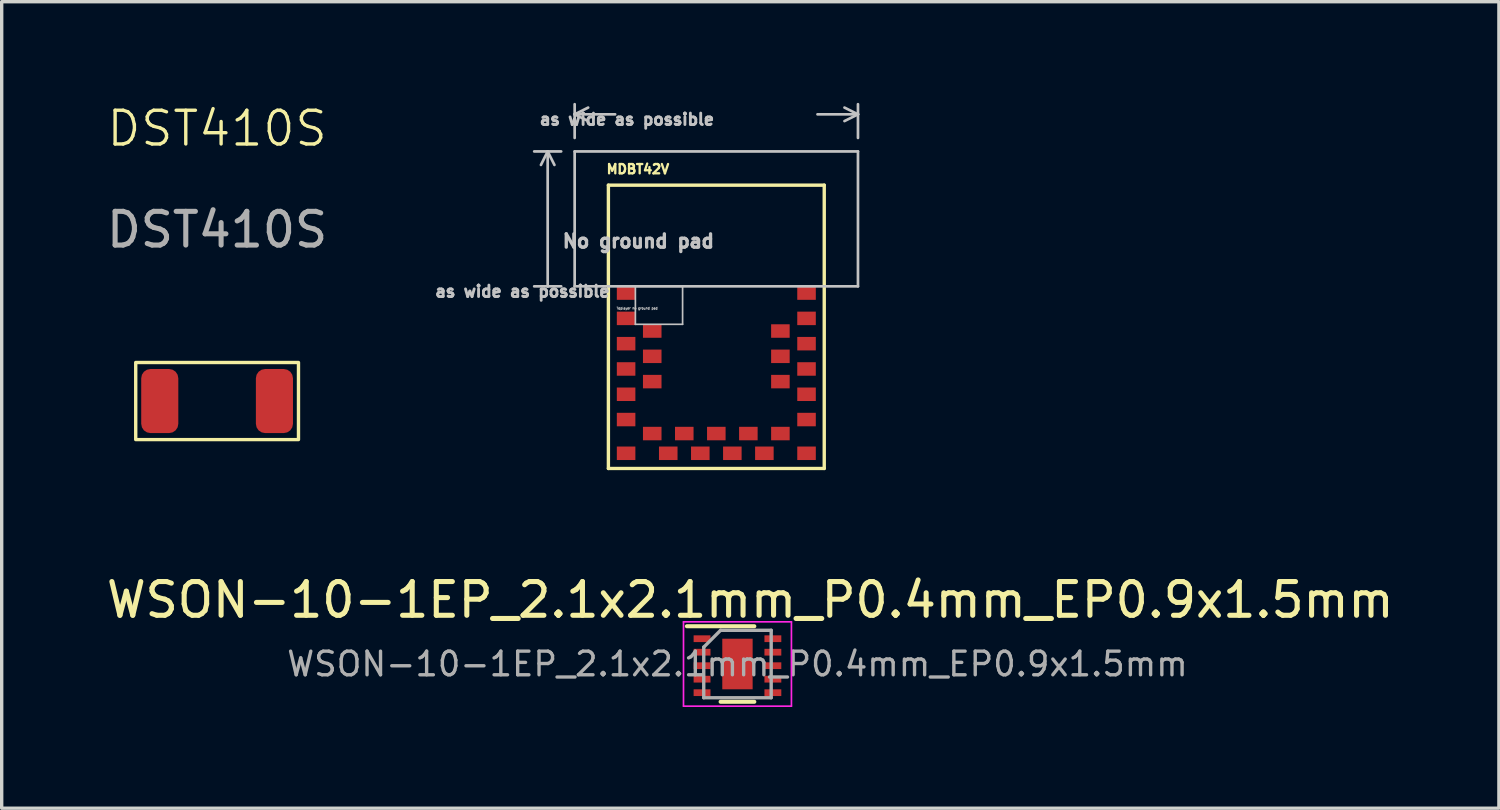
<source format=kicad_pcb>
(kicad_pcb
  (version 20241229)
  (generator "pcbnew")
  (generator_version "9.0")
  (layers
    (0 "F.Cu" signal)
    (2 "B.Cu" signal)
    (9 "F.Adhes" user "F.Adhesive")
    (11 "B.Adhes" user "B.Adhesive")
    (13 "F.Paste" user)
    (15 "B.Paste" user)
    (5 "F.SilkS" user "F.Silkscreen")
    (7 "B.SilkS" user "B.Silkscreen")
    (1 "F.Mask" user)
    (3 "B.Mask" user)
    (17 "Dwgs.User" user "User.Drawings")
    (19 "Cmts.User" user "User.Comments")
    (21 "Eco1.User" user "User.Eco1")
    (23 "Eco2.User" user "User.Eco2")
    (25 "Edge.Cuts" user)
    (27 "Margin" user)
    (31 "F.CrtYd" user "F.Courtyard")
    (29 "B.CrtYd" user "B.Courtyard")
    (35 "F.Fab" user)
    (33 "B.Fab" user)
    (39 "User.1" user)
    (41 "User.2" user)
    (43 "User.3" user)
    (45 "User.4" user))
  (footprint "MDBT42V"
    (layer "F.Cu")
    (at 18.189 6.64)
    (property "Reference" "MDBT42V" (at -2.325 -4.675 0) (layer "F.SilkS") (effects (font (size 0.276 0.276) (thickness 0.15))))
    (attr smd)
    (fp_line (start -3.2 -4.2) (end 3.2 -4.2) (stroke (width 0.1) (type solid)) (layer "F.SilkS"))
    (fp_line (start -3.2 4.2) (end -3.2 -4.2) (stroke (width 0.1) (type solid)) (layer "F.SilkS"))
    (fp_line (start -3.2 4.2) (end 3.2 4.2) (stroke (width 0.1) (type solid)) (layer "F.SilkS"))
    (fp_line (start 3.2 4.2) (end 3.2 -4.2) (stroke (width 0.1) (type solid)) (layer "F.SilkS"))
    (fp_line (start -5.2 -4.8) (end -5 -5.2) (stroke (width 0.08) (type solid)) (layer "Dwgs.User"))
    (fp_line (start -5 -5.2) (end -5.4 -5.2) (stroke (width 0.08) (type solid)) (layer "Dwgs.User"))
    (fp_line (start -5 -1.2) (end -5.4 -1.2) (stroke (width 0.08) (type solid)) (layer "Dwgs.User"))
    (fp_line (start -5 -1.2) (end -5 -5.2) (stroke (width 0.08) (type solid)) (layer "Dwgs.User"))
    (fp_line (start -4.8 -4.8) (end -5 -5.2) (stroke (width 0.08) (type solid)) (layer "Dwgs.User"))
    (fp_line (start -4.6 -5.2) (end -5 -5.2) (stroke (width 0.08) (type solid)) (layer "Dwgs.User"))
    (fp_line (start -4.6 -1.2) (end -5 -1.2) (stroke (width 0.08) (type solid)) (layer "Dwgs.User"))
    (fp_line (start -4.2 -6.3) (end -4.2 -6.6) (stroke (width 0.08) (type solid)) (layer "Dwgs.User"))
    (fp_line (start -4.2 -6.3) (end -3.8 -6.5) (stroke (width 0.08) (type solid)) (layer "Dwgs.User"))
    (fp_line (start -4.2 -6.3) (end -3.8 -6.1) (stroke (width 0.08) (type solid)) (layer "Dwgs.User"))
    (fp_line (start -4.2 -6.3) (end -3 -6.3) (stroke (width 0.08) (type solid)) (layer "Dwgs.User"))
    (fp_line (start -4.2 -5.6) (end -4.2 -6.3) (stroke (width 0.08) (type solid)) (layer "Dwgs.User"))
    (fp_line (start -4.2 -5.2) (end 4.2 -5.2) (stroke (width 0.08) (type solid)) (layer "Dwgs.User"))
    (fp_line (start -4.2 -1.2) (end -4.2 -5.2) (stroke (width 0.08) (type solid)) (layer "Dwgs.User"))
    (fp_line (start -2.4 -1.2) (end -1 -1.2) (stroke (width 0.05) (type solid)) (layer "Dwgs.User"))
    (fp_line (start -2.4 -0.075) (end -2.4 -1.2) (stroke (width 0.05) (type solid)) (layer "Dwgs.User"))
    (fp_line (start -1 -1.2) (end -1 -0.075) (stroke (width 0.05) (type solid)) (layer "Dwgs.User"))
    (fp_line (start -1 -0.075) (end -2.4 -0.075) (stroke (width 0.05) (type solid)) (layer "Dwgs.User"))
    (fp_line (start 3.8 -6.5) (end 4.2 -6.3) (stroke (width 0.08) (type solid)) (layer "Dwgs.User"))
    (fp_line (start 3.8 -6.1) (end 4.2 -6.3) (stroke (width 0.08) (type solid)) (layer "Dwgs.User"))
    (fp_line (start 4.2 -6.6) (end 4.2 -6.3) (stroke (width 0.08) (type solid)) (layer "Dwgs.User"))
    (fp_line (start 4.2 -6.3) (end 3 -6.3) (stroke (width 0.08) (type solid)) (layer "Dwgs.User"))
    (fp_line (start 4.2 -6.3) (end 4.2 -5.6) (stroke (width 0.08) (type solid)) (layer "Dwgs.User"))
    (fp_line (start 4.2 -5.2) (end 4.2 -1.2) (stroke (width 0.08) (type solid)) (layer "Dwgs.User"))
    (fp_line (start 4.2 -1.2) (end -4.2 -1.2) (stroke (width 0.08) (type solid)) (layer "Dwgs.User"))
    (fp_text user "as wide as possible" (at -5.75 -1.05 0) (layer "Dwgs.User") (effects (font (size 0.339 0.339) (thickness 0.15))))
    (fp_text user "Toplayer no ground pad" (at -2.35 -0.55 0) (layer "Dwgs.User") (effects (font (size 0.067 0.067) (thickness 0.15))))
    (fp_text user "as wide as possible" (at -2.65 -6.15 0) (layer "Dwgs.User") (effects (font (size 0.339 0.339) (thickness 0.15))))
    (fp_text user "No ground pad" (at -2.31 -2.54 0) (layer "Dwgs.User") (effects (font (size 0.394 0.394) (thickness 0.15))))
    (pad "1" smd rect (at -2.675 -1) (size 0.55 0.4) (layers "F.Cu" "F.Mask" "F.Paste"))
    (pad "2" smd rect (at -2.675 -0.25) (size 0.55 0.4) (layers "F.Cu" "F.Mask" "F.Paste"))
    (pad "3" smd rect (at -1.9 0.125) (size 0.55 0.4) (layers "F.Cu" "F.Mask" "F.Paste"))
    (pad "4" smd rect (at -2.675 0.5) (size 0.55 0.4) (layers "F.Cu" "F.Mask" "F.Paste"))
    (pad "5" smd rect (at -1.9 0.875) (size 0.55 0.4) (layers "F.Cu" "F.Mask" "F.Paste"))
    (pad "6" smd rect (at -2.675 1.25) (size 0.55 0.4) (layers "F.Cu" "F.Mask" "F.Paste"))
    (pad "7" smd rect (at -1.9 1.625) (size 0.55 0.4) (layers "F.Cu" "F.Mask" "F.Paste"))
    (pad "8" smd rect (at -2.675 2) (size 0.55 0.4) (layers "F.Cu" "F.Mask" "F.Paste"))
    (pad "9" smd rect (at -2.675 2.75) (size 0.55 0.4) (layers "F.Cu" "F.Mask" "F.Paste"))
    (pad "10" smd rect (at -2.675 3.75) (size 0.55 0.4) (layers "F.Cu" "F.Mask" "F.Paste"))
    (pad "11" smd rect (at -1.9 3.165) (size 0.55 0.4) (layers "F.Cu" "F.Mask" "F.Paste"))
    (pad "12" smd rect (at -1.425 3.75) (size 0.55 0.4) (layers "F.Cu" "F.Mask" "F.Paste"))
    (pad "13" smd rect (at -0.95 3.165) (size 0.55 0.4) (layers "F.Cu" "F.Mask" "F.Paste"))
    (pad "14" smd rect (at -0.475 3.75) (size 0.55 0.4) (layers "F.Cu" "F.Mask" "F.Paste"))
    (pad "15" smd rect (at 0 3.165) (size 0.55 0.4) (layers "F.Cu" "F.Mask" "F.Paste"))
    (pad "16" smd rect (at 0.475 3.75) (size 0.55 0.4) (layers "F.Cu" "F.Mask" "F.Paste"))
    (pad "17" smd rect (at 0.95 3.165) (size 0.55 0.4) (layers "F.Cu" "F.Mask" "F.Paste"))
    (pad "18" smd rect (at 1.425 3.75) (size 0.55 0.4) (layers "F.Cu" "F.Mask" "F.Paste"))
    (pad "19" smd rect (at 1.9 3.165) (size 0.55 0.4) (layers "F.Cu" "F.Mask" "F.Paste"))
    (pad "20" smd rect (at 2.675 3.75) (size 0.55 0.4) (layers "F.Cu" "F.Mask" "F.Paste"))
    (pad "21" smd rect (at 2.675 2.75) (size 0.55 0.4) (layers "F.Cu" "F.Mask" "F.Paste"))
    (pad "22" smd rect (at 2.675 2) (size 0.55 0.4) (layers "F.Cu" "F.Mask" "F.Paste"))
    (pad "23" smd rect (at 1.9 1.625) (size 0.55 0.4) (layers "F.Cu" "F.Mask" "F.Paste"))
    (pad "24" smd rect (at 2.675 1.25) (size 0.55 0.4) (layers "F.Cu" "F.Mask" "F.Paste"))
    (pad "25" smd rect (at 1.9 0.875) (size 0.55 0.4) (layers "F.Cu" "F.Mask" "F.Paste"))
    (pad "26" smd rect (at 2.675 0.5) (size 0.55 0.4) (layers "F.Cu" "F.Mask" "F.Paste"))
    (pad "27" smd rect (at 1.9 0.125) (size 0.55 0.4) (layers "F.Cu" "F.Mask" "F.Paste"))
    (pad "28" smd rect (at 2.675 -0.25) (size 0.55 0.4) (layers "F.Cu" "F.Mask" "F.Paste"))
    (pad "29" smd rect (at 2.675 -1) (size 0.55 0.4) (layers "F.Cu" "F.Mask" "F.Paste")))
  (footprint "WSON-10-1EP_2.1x2.1mm_P0.4mm_EP0.9x1.5mm"
    (layer "F.Cu")
    (at 18.816 16.638)
    (property "Reference" "WSON-10-1EP_2.1x2.1mm_P0.4mm_EP0.9x1.5mm" (at 0.38 -1.9 0) (layer "F.SilkS") (effects (font (size 1 1) (thickness 0.15))))
    (attr smd)
    (fp_line (start -1.5 -1.12) (end 0.5 -1.12) (stroke (width 0.12) (type solid)) (layer "F.SilkS"))
    (fp_line (start 0.5 1.12) (end -0.5 1.12) (stroke (width 0.12) (type solid)) (layer "F.SilkS"))
    (fp_line (start -1.6 -1.25) (end -1.6 1.25) (stroke (width 0.05) (type solid)) (layer "F.CrtYd"))
    (fp_line (start -1.6 -1.25) (end 1.6 -1.25) (stroke (width 0.05) (type solid)) (layer "F.CrtYd"))
    (fp_line (start -1.6 1.25) (end 1.6 1.25) (stroke (width 0.05) (type solid)) (layer "F.CrtYd"))
    (fp_line (start 1.6 -1.25) (end 1.6 1.25) (stroke (width 0.05) (type solid)) (layer "F.CrtYd"))
    (fp_line (start -1 1) (end -1 -0.5) (stroke (width 0.1) (type solid)) (layer "F.Fab"))
    (fp_line (start -0.5 -1) (end -1 -0.5) (stroke (width 0.1) (type solid)) (layer "F.Fab"))
    (fp_line (start -0.5 -1) (end 1 -1) (stroke (width 0.1) (type solid)) (layer "F.Fab"))
    (fp_line (start 1 -1) (end 1 1) (stroke (width 0.1) (type solid)) (layer "F.Fab"))
    (fp_line (start 1 1) (end -1 1) (stroke (width 0.1) (type solid)) (layer "F.Fab"))
    (fp_text user "${REFERENCE}" (at 0 0 0) (layer "F.Fab") (effects (font (size 0.7 0.7) (thickness 0.1))))
    (pad "" smd rect (at 0 -0.35) (size 0.75 0.65) (layers "F.Paste"))
    (pad "" smd rect (at 0 0.35) (size 0.75 0.65) (layers "F.Paste"))
    (pad "1" smd rect (at -1.05 -0.75) (size 0.5 0.2) (layers "F.Cu" "F.Mask" "F.Paste"))
    (pad "2" smd rect (at -1.05 -0.35) (size 0.5 0.2) (layers "F.Cu" "F.Mask" "F.Paste"))
    (pad "3" smd rect (at -1.05 0.05) (size 0.5 0.2) (layers "F.Cu" "F.Mask" "F.Paste"))
    (pad "4" smd rect (at -1.05 0.45) (size 0.5 0.2) (layers "F.Cu" "F.Mask" "F.Paste"))
    (pad "5" smd rect (at -1.05 0.85) (size 0.5 0.2) (layers "F.Cu" "F.Mask" "F.Paste"))
    (pad "6" smd rect (at 1.05 0.85) (size 0.5 0.2) (layers "F.Cu" "F.Mask" "F.Paste"))
    (pad "7" smd rect (at 1.05 0.45) (size 0.5 0.2) (layers "F.Cu" "F.Mask" "F.Paste"))
    (pad "8" smd rect (at 1.05 0.05) (size 0.5 0.2) (layers "F.Cu" "F.Mask" "F.Paste"))
    (pad "9" smd rect (at 0 0) (size 0.9 1.5) (layers "F.Cu" "F.Mask"))
    (pad "9" smd rect (at 1.05 -0.35) (size 0.5 0.2) (layers "F.Cu" "F.Mask" "F.Paste"))
    (pad "10" smd rect (at 1.05 -0.75) (size 0.5 0.2) (layers "F.Cu" "F.Mask" "F.Paste")))
  (footprint "DST410S"
    (layer "F.Cu")
    (at 3.387 8.841)
    (property "Reference" "DST410S" (at 0 -8.08 0) (unlocked yes) (layer "F.SilkS") (effects (font (size 1 1) (thickness 0.1))))
    (attr smd)
    (fp_rect (start -2.413 -1.143) (end 2.413 1.143) (stroke (width 0.1) (type default)) (fill no) (layer "F.SilkS"))
    (fp_text user "${REFERENCE}" (at 0 -5.08 0) (unlocked yes) (layer "F.Fab") (effects (font (size 1 1) (thickness 0.15))))
    (pad "1" smd roundrect (at -1.7 0 180) (size 1.1 1.9) (layers "F.Cu" "F.Mask" "F.Paste") (roundrect_rratio 0.25))
    (pad "2" smd roundrect (at 1.7 0) (size 1.1 1.9) (layers "F.Cu" "F.Mask" "F.Paste") (roundrect_rratio 0.25)))
  (gr_rect
    (start -3 -3)
    (end 41.393 20.913)
    (stroke (width 0.1) (type default))
    (fill no)
    (layer "Edge.Cuts")))
</source>
